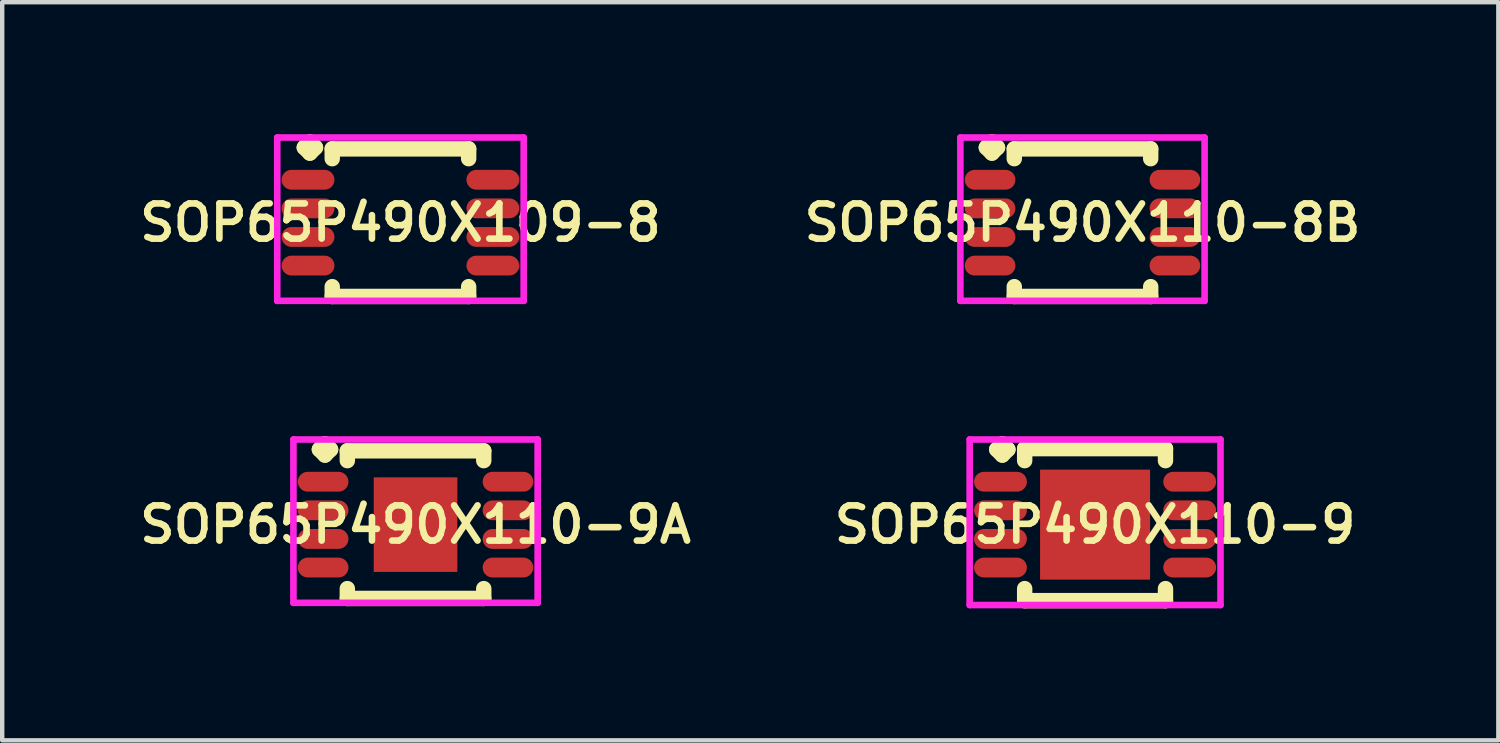
<source format=kicad_pcb>
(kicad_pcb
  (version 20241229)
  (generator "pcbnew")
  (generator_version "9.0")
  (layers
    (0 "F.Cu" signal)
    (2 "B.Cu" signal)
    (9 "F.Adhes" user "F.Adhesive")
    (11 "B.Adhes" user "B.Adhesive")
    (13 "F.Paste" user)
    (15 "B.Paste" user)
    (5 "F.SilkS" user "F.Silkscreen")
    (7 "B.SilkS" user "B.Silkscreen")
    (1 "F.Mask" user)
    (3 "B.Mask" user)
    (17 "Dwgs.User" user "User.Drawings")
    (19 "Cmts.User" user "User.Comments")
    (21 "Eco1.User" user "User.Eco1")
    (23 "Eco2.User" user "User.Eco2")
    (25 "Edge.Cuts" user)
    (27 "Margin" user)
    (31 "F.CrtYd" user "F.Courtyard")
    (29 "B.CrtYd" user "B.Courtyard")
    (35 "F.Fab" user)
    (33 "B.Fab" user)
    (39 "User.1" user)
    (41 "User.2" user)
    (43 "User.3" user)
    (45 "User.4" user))
  (footprint "SOP65P490X110-8B"
    (layer "F.Cu")
    (at 21.549 2.01)
    (property "Reference" "SOP65P490X110-8B" (at 0 0 0) (layer "F.SilkS") (effects (font (size 0.8 0.8) (thickness 0.15))))
    (attr smd)
    (fp_line (start -2.185 -1.708) (end -2.058 -1.835) (stroke (width 0.35) (type solid)) (layer "F.SilkS"))
    (fp_line (start -2.058 -1.835) (end -1.931 -1.708) (stroke (width 0.35) (type solid)) (layer "F.SilkS"))
    (fp_line (start -2.058 -1.581) (end -2.185 -1.708) (stroke (width 0.35) (type solid)) (layer "F.SilkS"))
    (fp_line (start -1.931 -1.708) (end -2.058 -1.581) (stroke (width 0.35) (type solid)) (layer "F.SilkS"))
    (fp_line (start -1.55 -1.677) (end 1.55 -1.677) (stroke (width 0.35) (type solid)) (layer "F.SilkS"))
    (fp_line (start -1.55 -1.454) (end -1.55 -1.677) (stroke (width 0.35) (type solid)) (layer "F.SilkS"))
    (fp_line (start -1.55 1.454) (end -1.55 1.677) (stroke (width 0.35) (type solid)) (layer "F.SilkS"))
    (fp_line (start -1.55 1.677) (end 1.55 1.677) (stroke (width 0.35) (type solid)) (layer "F.SilkS"))
    (fp_line (start 1.55 -1.677) (end 1.55 -1.454) (stroke (width 0.35) (type solid)) (layer "F.SilkS"))
    (fp_line (start 1.55 1.677) (end 1.55 1.454) (stroke (width 0.35) (type solid)) (layer "F.SilkS"))
    (fp_line (start -2.775 -1.935) (end 2.775 -1.935) (stroke (width 0.15) (type solid)) (layer "F.CrtYd"))
    (fp_line (start -2.775 1.777) (end -2.775 -1.935) (stroke (width 0.15) (type solid)) (layer "F.CrtYd"))
    (fp_line (start 2.775 -1.935) (end 2.775 1.777) (stroke (width 0.15) (type solid)) (layer "F.CrtYd"))
    (fp_line (start 2.775 1.777) (end -2.775 1.777) (stroke (width 0.15) (type solid)) (layer "F.CrtYd"))
    (pad "1" smd oval (at -2.1 -0.975) (size 1.15 0.45) (layers "F.Cu" "F.Mask" "F.Paste"))
    (pad "2" smd oval (at -2.1 -0.325) (size 1.15 0.45) (layers "F.Cu" "F.Mask" "F.Paste"))
    (pad "3" smd oval (at -2.1 0.325) (size 1.15 0.45) (layers "F.Cu" "F.Mask" "F.Paste"))
    (pad "4" smd oval (at -2.1 0.975) (size 1.15 0.45) (layers "F.Cu" "F.Mask" "F.Paste"))
    (pad "5" smd oval (at 2.1 0.975) (size 1.15 0.45) (layers "F.Cu" "F.Mask" "F.Paste"))
    (pad "6" smd oval (at 2.1 0.325) (size 1.15 0.45) (layers "F.Cu" "F.Mask" "F.Paste"))
    (pad "7" smd oval (at 2.1 -0.325) (size 1.15 0.45) (layers "F.Cu" "F.Mask" "F.Paste"))
    (pad "8" smd oval (at 2.1 -0.975) (size 1.15 0.45) (layers "F.Cu" "F.Mask" "F.Paste")))
  (footprint "SOP65P490X110-9A"
    (layer "F.Cu")
    (at 6.393 8.872)
    (property "Reference" "SOP65P490X110-9A" (at 0 0 0) (layer "F.SilkS") (effects (font (size 0.8 0.8) (thickness 0.15))))
    (attr smd)
    (fp_line (start -2.185 -1.708) (end -2.058 -1.835) (stroke (width 0.35) (type solid)) (layer "F.SilkS"))
    (fp_line (start -2.058 -1.835) (end -1.931 -1.708) (stroke (width 0.35) (type solid)) (layer "F.SilkS"))
    (fp_line (start -2.058 -1.581) (end -2.185 -1.708) (stroke (width 0.35) (type solid)) (layer "F.SilkS"))
    (fp_line (start -1.931 -1.708) (end -2.058 -1.581) (stroke (width 0.35) (type solid)) (layer "F.SilkS"))
    (fp_line (start -1.55 -1.677) (end 1.55 -1.677) (stroke (width 0.35) (type solid)) (layer "F.SilkS"))
    (fp_line (start -1.55 -1.454) (end -1.55 -1.677) (stroke (width 0.35) (type solid)) (layer "F.SilkS"))
    (fp_line (start -1.55 1.454) (end -1.55 1.677) (stroke (width 0.35) (type solid)) (layer "F.SilkS"))
    (fp_line (start -1.55 1.677) (end 1.55 1.677) (stroke (width 0.35) (type solid)) (layer "F.SilkS"))
    (fp_line (start 1.55 -1.677) (end 1.55 -1.454) (stroke (width 0.35) (type solid)) (layer "F.SilkS"))
    (fp_line (start 1.55 1.677) (end 1.55 1.454) (stroke (width 0.35) (type solid)) (layer "F.SilkS"))
    (fp_line (start -2.775 -1.935) (end 2.775 -1.935) (stroke (width 0.15) (type solid)) (layer "F.CrtYd"))
    (fp_line (start -2.775 1.777) (end -2.775 -1.935) (stroke (width 0.15) (type solid)) (layer "F.CrtYd"))
    (fp_line (start 2.775 -1.935) (end 2.775 1.777) (stroke (width 0.15) (type solid)) (layer "F.CrtYd"))
    (fp_line (start 2.775 1.777) (end -2.775 1.777) (stroke (width 0.15) (type solid)) (layer "F.CrtYd"))
    (pad "1" smd oval (at -2.1 -0.975) (size 1.15 0.45) (layers "F.Cu" "F.Mask" "F.Paste"))
    (pad "2" smd oval (at -2.1 -0.325) (size 1.15 0.45) (layers "F.Cu" "F.Mask" "F.Paste"))
    (pad "3" smd oval (at -2.1 0.325) (size 1.15 0.45) (layers "F.Cu" "F.Mask" "F.Paste"))
    (pad "4" smd oval (at -2.1 0.975) (size 1.15 0.45) (layers "F.Cu" "F.Mask" "F.Paste"))
    (pad "5" smd oval (at 2.1 0.975) (size 1.15 0.45) (layers "F.Cu" "F.Mask" "F.Paste"))
    (pad "6" smd oval (at 2.1 0.325) (size 1.15 0.45) (layers "F.Cu" "F.Mask" "F.Paste"))
    (pad "7" smd oval (at 2.1 -0.325) (size 1.15 0.45) (layers "F.Cu" "F.Mask" "F.Paste"))
    (pad "8" smd oval (at 2.1 -0.975) (size 1.15 0.45) (layers "F.Cu" "F.Mask" "F.Paste"))
    (pad "9" smd rect (at 0 0) (size 1.9 2.15) (layers "F.Cu" "F.Mask" "F.Paste")))
  (footprint "SOP65P490X110-9"
    (layer "F.Cu")
    (at 21.835 8.872)
    (property "Reference" "SOP65P490X110-9" (at 0 0 0) (layer "F.SilkS") (effects (font (size 0.8 0.8) (thickness 0.15))))
    (attr smd)
    (fp_line (start -2.235 -1.708) (end -2.108 -1.835) (stroke (width 0.35) (type solid)) (layer "F.SilkS"))
    (fp_line (start -2.108 -1.835) (end -1.981 -1.708) (stroke (width 0.35) (type solid)) (layer "F.SilkS"))
    (fp_line (start -2.108 -1.581) (end -2.235 -1.708) (stroke (width 0.35) (type solid)) (layer "F.SilkS"))
    (fp_line (start -1.981 -1.708) (end -2.108 -1.581) (stroke (width 0.35) (type solid)) (layer "F.SilkS"))
    (fp_line (start -1.6 -1.727) (end 1.6 -1.727) (stroke (width 0.35) (type solid)) (layer "F.SilkS"))
    (fp_line (start -1.6 -1.454) (end -1.6 -1.727) (stroke (width 0.35) (type solid)) (layer "F.SilkS"))
    (fp_line (start -1.6 1.454) (end -1.6 1.727) (stroke (width 0.35) (type solid)) (layer "F.SilkS"))
    (fp_line (start -1.6 1.727) (end 1.6 1.727) (stroke (width 0.35) (type solid)) (layer "F.SilkS"))
    (fp_line (start 1.6 -1.727) (end 1.6 -1.454) (stroke (width 0.35) (type solid)) (layer "F.SilkS"))
    (fp_line (start 1.6 1.727) (end 1.6 1.454) (stroke (width 0.35) (type solid)) (layer "F.SilkS"))
    (fp_line (start -2.85 -1.935) (end 2.85 -1.935) (stroke (width 0.15) (type solid)) (layer "F.CrtYd"))
    (fp_line (start -2.85 1.827) (end -2.85 -1.935) (stroke (width 0.15) (type solid)) (layer "F.CrtYd"))
    (fp_line (start 2.85 -1.935) (end 2.85 1.827) (stroke (width 0.15) (type solid)) (layer "F.CrtYd"))
    (fp_line (start 2.85 1.827) (end -2.85 1.827) (stroke (width 0.15) (type solid)) (layer "F.CrtYd"))
    (pad "1" smd oval (at -2.15 -0.975) (size 1.2 0.45) (layers "F.Cu" "F.Mask" "F.Paste"))
    (pad "2" smd oval (at -2.15 -0.325) (size 1.2 0.45) (layers "F.Cu" "F.Mask" "F.Paste"))
    (pad "3" smd oval (at -2.15 0.325) (size 1.2 0.45) (layers "F.Cu" "F.Mask" "F.Paste"))
    (pad "4" smd oval (at -2.15 0.975) (size 1.2 0.45) (layers "F.Cu" "F.Mask" "F.Paste"))
    (pad "5" smd oval (at 2.15 0.975) (size 1.2 0.45) (layers "F.Cu" "F.Mask" "F.Paste"))
    (pad "6" smd oval (at 2.15 0.325) (size 1.2 0.45) (layers "F.Cu" "F.Mask" "F.Paste"))
    (pad "7" smd oval (at 2.15 -0.325) (size 1.2 0.45) (layers "F.Cu" "F.Mask" "F.Paste"))
    (pad "8" smd oval (at 2.15 -0.975) (size 1.2 0.45) (layers "F.Cu" "F.Mask" "F.Paste"))
    (pad "9" smd rect (at 0 0) (size 2.5 2.5) (layers "F.Cu" "F.Mask" "F.Paste")))
  (footprint "SOP65P490X109-8"
    (layer "F.Cu")
    (at 6.05 2.01)
    (property "Reference" "SOP65P490X109-8" (at 0 0 0) (layer "F.SilkS") (effects (font (size 0.8 0.8) (thickness 0.15))))
    (attr smd)
    (fp_line (start -2.185 -1.708) (end -2.058 -1.835) (stroke (width 0.35) (type solid)) (layer "F.SilkS"))
    (fp_line (start -2.058 -1.835) (end -1.931 -1.708) (stroke (width 0.35) (type solid)) (layer "F.SilkS"))
    (fp_line (start -2.058 -1.581) (end -2.185 -1.708) (stroke (width 0.35) (type solid)) (layer "F.SilkS"))
    (fp_line (start -1.931 -1.708) (end -2.058 -1.581) (stroke (width 0.35) (type solid)) (layer "F.SilkS"))
    (fp_line (start -1.55 -1.677) (end 1.55 -1.677) (stroke (width 0.35) (type solid)) (layer "F.SilkS"))
    (fp_line (start -1.55 -1.454) (end -1.55 -1.677) (stroke (width 0.35) (type solid)) (layer "F.SilkS"))
    (fp_line (start -1.55 1.454) (end -1.55 1.677) (stroke (width 0.35) (type solid)) (layer "F.SilkS"))
    (fp_line (start -1.55 1.677) (end 1.55 1.677) (stroke (width 0.35) (type solid)) (layer "F.SilkS"))
    (fp_line (start 1.55 -1.677) (end 1.55 -1.454) (stroke (width 0.35) (type solid)) (layer "F.SilkS"))
    (fp_line (start 1.55 1.677) (end 1.55 1.454) (stroke (width 0.35) (type solid)) (layer "F.SilkS"))
    (fp_line (start -2.8 -1.935) (end 2.8 -1.935) (stroke (width 0.15) (type solid)) (layer "F.CrtYd"))
    (fp_line (start -2.8 1.777) (end -2.8 -1.935) (stroke (width 0.15) (type solid)) (layer "F.CrtYd"))
    (fp_line (start 2.8 -1.935) (end 2.8 1.777) (stroke (width 0.15) (type solid)) (layer "F.CrtYd"))
    (fp_line (start 2.8 1.777) (end -2.8 1.777) (stroke (width 0.15) (type solid)) (layer "F.CrtYd"))
    (pad "1" smd oval (at -2.1 -0.975) (size 1.2 0.45) (layers "F.Cu" "F.Mask" "F.Paste"))
    (pad "2" smd oval (at -2.1 -0.325) (size 1.2 0.45) (layers "F.Cu" "F.Mask" "F.Paste"))
    (pad "3" smd oval (at -2.1 0.325) (size 1.2 0.45) (layers "F.Cu" "F.Mask" "F.Paste"))
    (pad "4" smd oval (at -2.1 0.975) (size 1.2 0.45) (layers "F.Cu" "F.Mask" "F.Paste"))
    (pad "5" smd oval (at 2.1 0.975) (size 1.2 0.45) (layers "F.Cu" "F.Mask" "F.Paste"))
    (pad "6" smd oval (at 2.1 0.325) (size 1.2 0.45) (layers "F.Cu" "F.Mask" "F.Paste"))
    (pad "7" smd oval (at 2.1 -0.325) (size 1.2 0.45) (layers "F.Cu" "F.Mask" "F.Paste"))
    (pad "8" smd oval (at 2.1 -0.975) (size 1.2 0.45) (layers "F.Cu" "F.Mask" "F.Paste")))
  (gr_rect
    (start -3 -3)
    (end 30.999 13.774)
    (stroke (width 0.1) (type default))
    (fill no)
    (layer "Edge.Cuts")))
</source>
